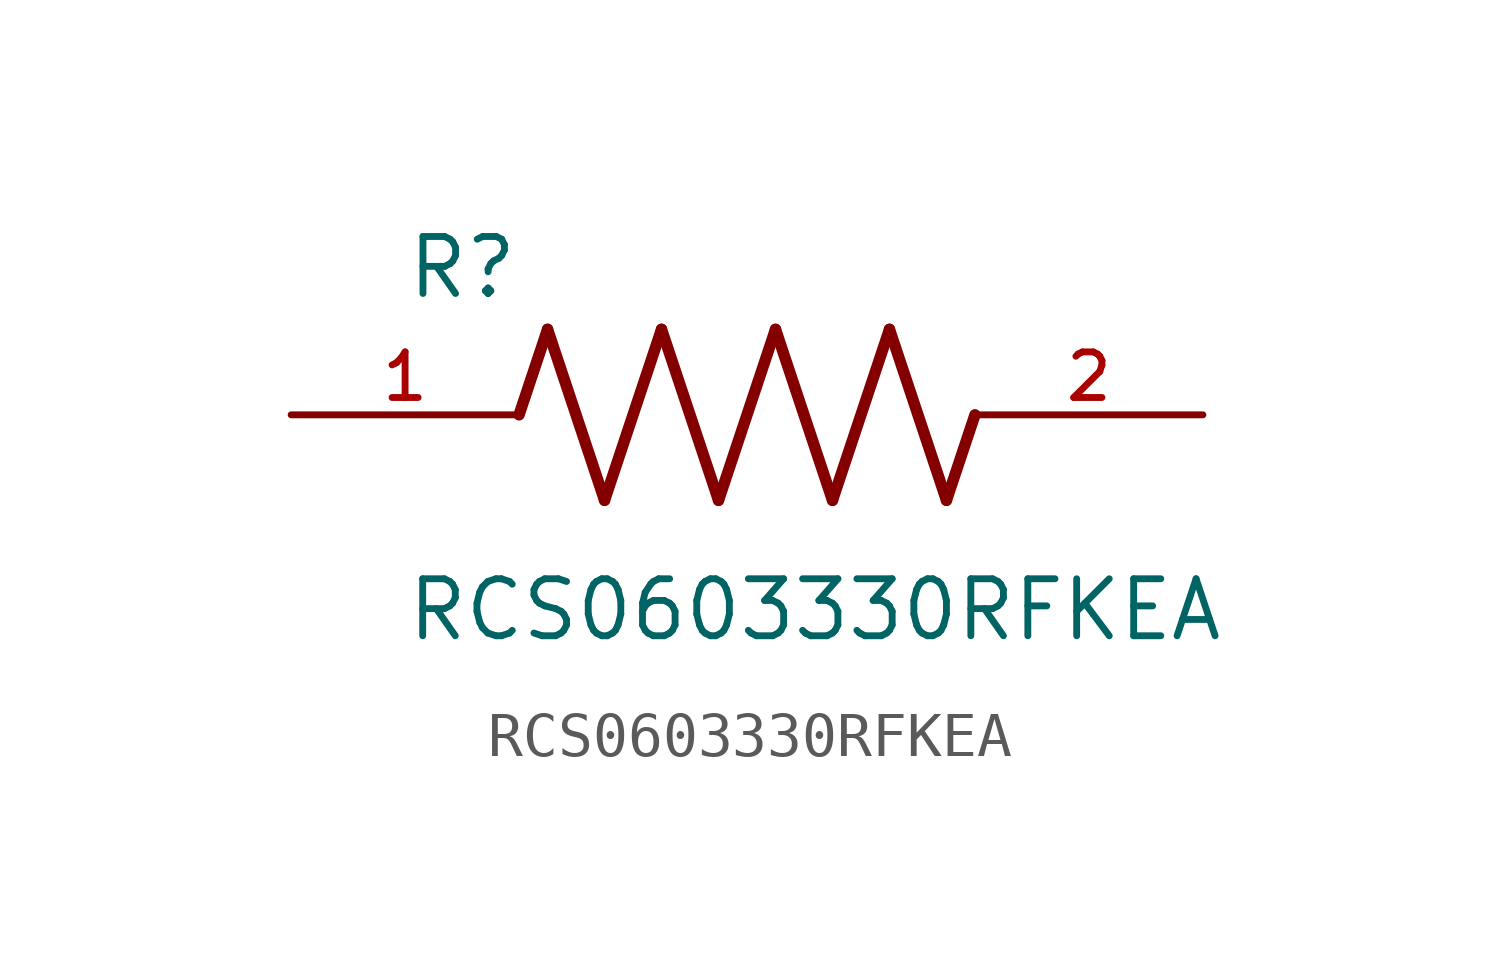
<source format=kicad_sym>
(kicad_symbol_lib
  (version 20211014)
  (generator kicad_symbol_editor)
  (symbol "RCS0603330RFKEA"
    (pin_names
      (offset 1.016))
    (property "Reference" "R"
      (at -7.624 2.541 0)
      (effects (font (size 1.27 1.27)) (justify bottom left)))
    (property "Value" "RCS0603330RFKEA"
      (at -7.63 -5.087 0)
      (effects (font (size 1.27 1.27)) (justify bottom left)))
    (symbol "RCS0603330RFKEA_0_0"
      (polyline (pts (xy -5.08 0.0) (xy -4.445 1.905)) (stroke (width 0.254)))
      (polyline (pts (xy -4.445 1.905) (xy -3.175 -1.905)) (stroke (width 0.254)))
      (polyline (pts (xy -3.175 -1.905) (xy -1.905 1.905)) (stroke (width 0.254)))
      (polyline (pts (xy -1.905 1.905) (xy -0.635 -1.905)) (stroke (width 0.254)))
      (polyline (pts (xy -0.635 -1.905) (xy 0.635 1.905)) (stroke (width 0.254)))
      (polyline (pts (xy 0.635 1.905) (xy 1.905 -1.905)) (stroke (width 0.254)))
      (polyline (pts (xy 1.905 -1.905) (xy 3.175 1.905)) (stroke (width 0.254)))
      (polyline (pts (xy 3.175 1.905) (xy 4.445 -1.905)) (stroke (width 0.254)))
      (polyline (pts (xy 4.445 -1.905) (xy 5.08 0.0)) (stroke (width 0.254)))
      (pin passive line (at -10.16 0.0 0) (length 5.08) (name "~" (effects (font (size 1.016 1.016)))) (number "1" (effects (font (size 1.016 1.016)))))
      (pin passive line (at 10.16 0.0 180.0) (length 5.08) (name "~" (effects (font (size 1.016 1.016)))) (number "2" (effects (font (size 1.016 1.016))))))))
</source>
